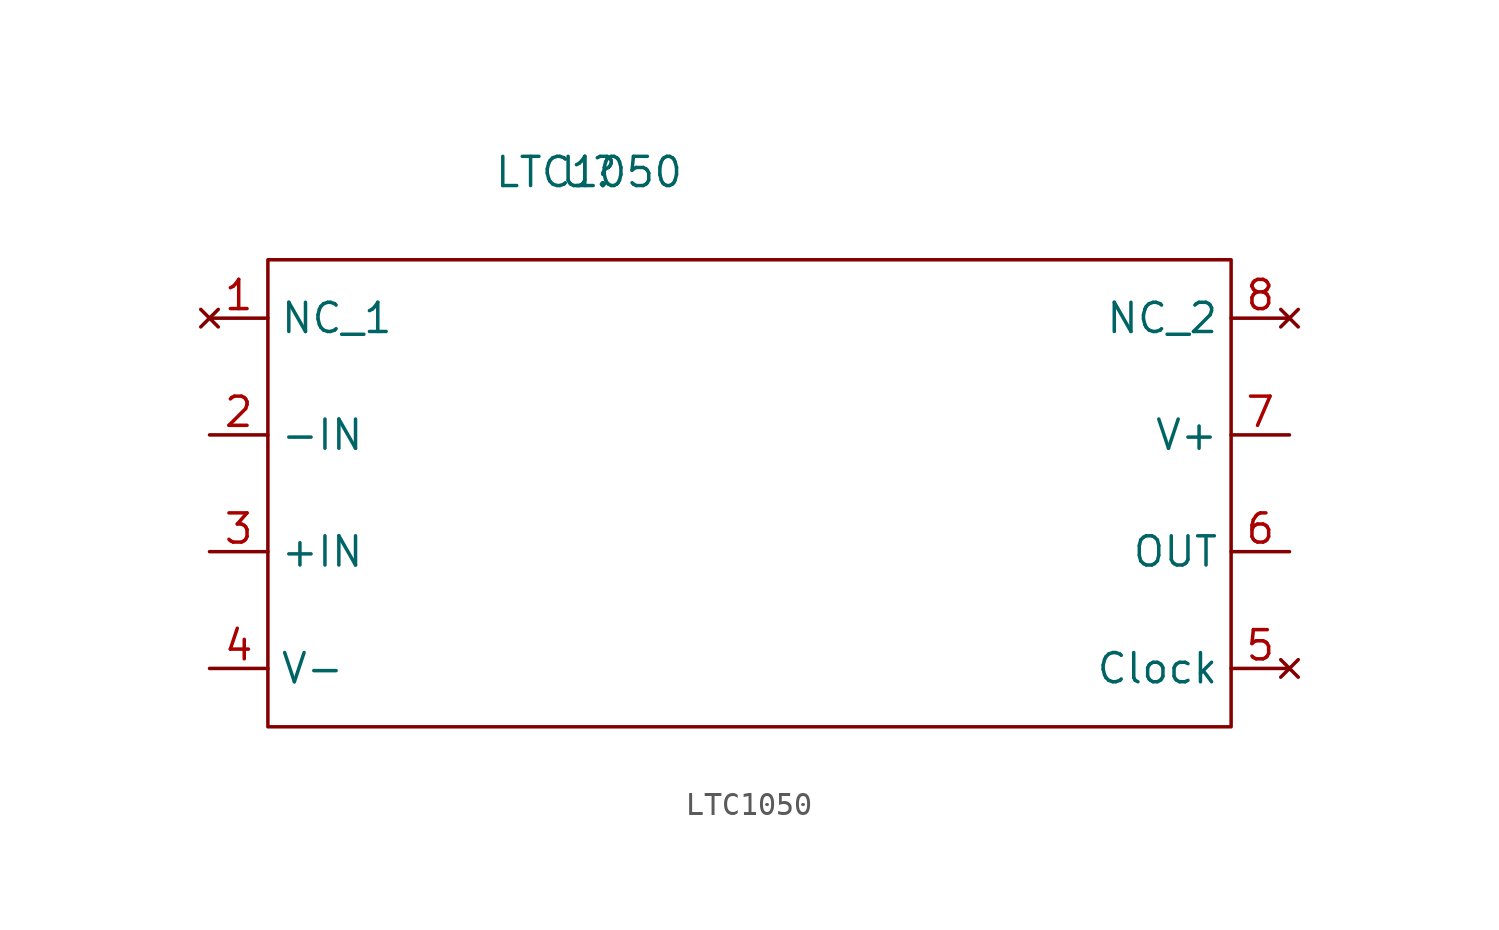
<source format=kicad_sym>
(kicad_symbol_lib
  (version 20211014)
  (generator kicad_symbol_editor)
  (symbol "LTC1050"
    (property "Reference" "U"
      (at 0 0 0)
      (effects (font (size 1.27 1.27))))
    (property "Value" "LTC1050"
      (at 0 0 0)
      (effects (font (size 1.27 1.27))))
    (symbol "LTC1050_0_1"
      (rectangle (start -13.97 -3.81) (end 27.94 -24.13) (stroke (width 0) (type default) (color 0 0 0 0)) (fill (type none))))
    (symbol "LTC1050_1_1"
      (pin no_connect line (at -16.51 -6.35 0) (length 2.54) (name "NC_1" (effects (font (size 1.27 1.27)))) (number "1" (effects (font (size 1.27 1.27)))))
      (pin input line (at -16.51 -11.43 0) (length 2.54) (name "-IN" (effects (font (size 1.27 1.27)))) (number "2" (effects (font (size 1.27 1.27)))))
      (pin input line (at -16.51 -16.51 0) (length 2.54) (name "+IN" (effects (font (size 1.27 1.27)))) (number "3" (effects (font (size 1.27 1.27)))))
      (pin unspecified line (at -16.51 -21.59 0) (length 2.54) (name "V-" (effects (font (size 1.27 1.27)))) (number "4" (effects (font (size 1.27 1.27)))))
      (pin no_connect line (at 30.48 -21.59 180) (length 2.54) (name "Clock" (effects (font (size 1.27 1.27)))) (number "5" (effects (font (size 1.27 1.27)))))
      (pin output line (at 30.48 -16.51 180) (length 2.54) (name "OUT" (effects (font (size 1.27 1.27)))) (number "6" (effects (font (size 1.27 1.27)))))
      (pin input line (at 30.48 -11.43 180) (length 2.54) (name "V+" (effects (font (size 1.27 1.27)))) (number "7" (effects (font (size 1.27 1.27)))))
      (pin no_connect line (at 30.48 -6.35 180) (length 2.54) (name "NC_2" (effects (font (size 1.27 1.27)))) (number "8" (effects (font (size 1.27 1.27))))))))
</source>
